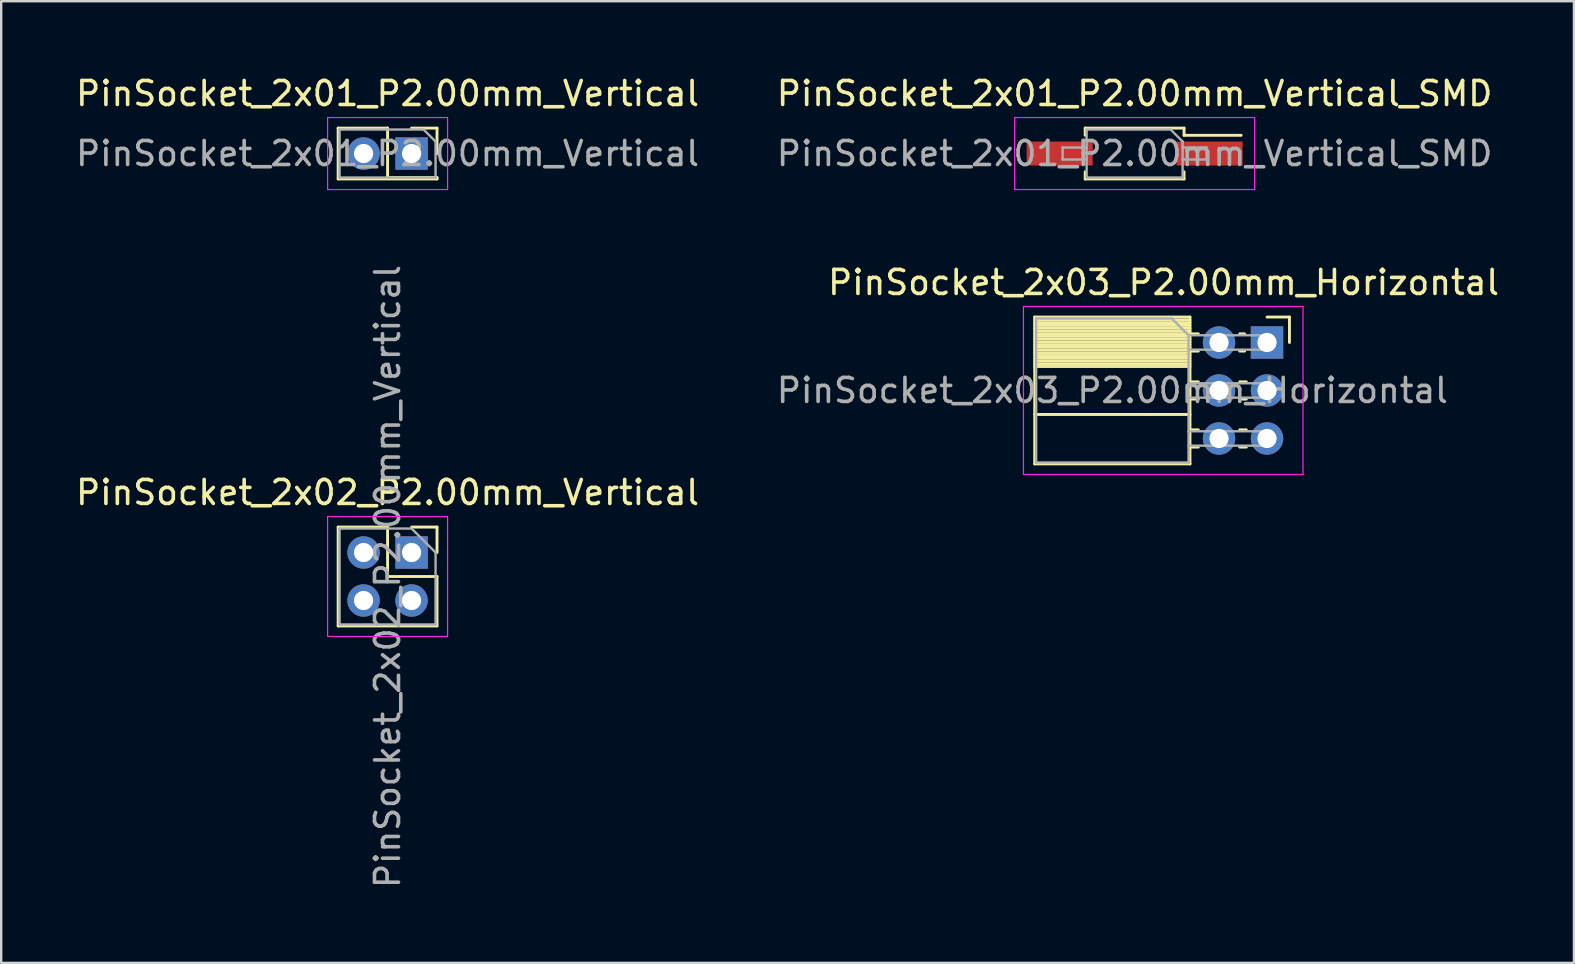
<source format=kicad_pcb>
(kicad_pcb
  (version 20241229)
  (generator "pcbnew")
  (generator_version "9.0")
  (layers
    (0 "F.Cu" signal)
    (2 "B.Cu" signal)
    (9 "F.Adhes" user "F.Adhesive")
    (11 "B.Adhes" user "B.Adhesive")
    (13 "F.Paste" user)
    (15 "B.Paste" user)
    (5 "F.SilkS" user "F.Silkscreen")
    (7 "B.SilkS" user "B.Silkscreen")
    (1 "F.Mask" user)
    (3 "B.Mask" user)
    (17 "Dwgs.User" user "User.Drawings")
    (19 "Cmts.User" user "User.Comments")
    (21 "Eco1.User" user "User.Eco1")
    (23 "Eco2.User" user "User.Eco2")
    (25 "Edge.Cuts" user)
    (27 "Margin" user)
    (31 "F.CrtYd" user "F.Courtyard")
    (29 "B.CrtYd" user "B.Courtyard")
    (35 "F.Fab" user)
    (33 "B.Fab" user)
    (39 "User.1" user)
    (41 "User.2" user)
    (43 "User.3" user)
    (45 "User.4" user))
  (footprint "PinSocket_2x02_P2.00mm_Vertical"
    (layer "F.Cu")
    (at 14.101 19.974)
    (property "Reference" "PinSocket_2x02_P2.00mm_Vertical" (at -1 -2.5 0) (layer "F.SilkS") (effects (font (size 1 1) (thickness 0.15))))
    (attr through_hole)
    (fp_line (start -3.06 -1.06) (end -3.06 3.06) (stroke (width 0.12) (type solid)) (layer "F.SilkS"))
    (fp_line (start -3.06 -1.06) (end -1 -1.06) (stroke (width 0.12) (type solid)) (layer "F.SilkS"))
    (fp_line (start -3.06 3.06) (end 1.06 3.06) (stroke (width 0.12) (type solid)) (layer "F.SilkS"))
    (fp_line (start -1 -1.06) (end -1 1) (stroke (width 0.12) (type solid)) (layer "F.SilkS"))
    (fp_line (start -1 1) (end 1.06 1) (stroke (width 0.12) (type solid)) (layer "F.SilkS"))
    (fp_line (start 0 -1.06) (end 1.06 -1.06) (stroke (width 0.12) (type solid)) (layer "F.SilkS"))
    (fp_line (start 1.06 -1.06) (end 1.06 0) (stroke (width 0.12) (type solid)) (layer "F.SilkS"))
    (fp_line (start 1.06 1) (end 1.06 3.06) (stroke (width 0.12) (type solid)) (layer "F.SilkS"))
    (fp_line (start -3.5 -1.5) (end 1.5 -1.5) (stroke (width 0.05) (type solid)) (layer "F.CrtYd"))
    (fp_line (start -3.5 3.5) (end -3.5 -1.5) (stroke (width 0.05) (type solid)) (layer "F.CrtYd"))
    (fp_line (start 1.5 -1.5) (end 1.5 3.5) (stroke (width 0.05) (type solid)) (layer "F.CrtYd"))
    (fp_line (start 1.5 3.5) (end -3.5 3.5) (stroke (width 0.05) (type solid)) (layer "F.CrtYd"))
    (fp_line (start -3 -1) (end 0 -1) (stroke (width 0.1) (type solid)) (layer "F.Fab"))
    (fp_line (start -3 3) (end -3 -1) (stroke (width 0.1) (type solid)) (layer "F.Fab"))
    (fp_line (start 0 -1) (end 1 0) (stroke (width 0.1) (type solid)) (layer "F.Fab"))
    (fp_line (start 1 0) (end 1 3) (stroke (width 0.1) (type solid)) (layer "F.Fab"))
    (fp_line (start 1 3) (end -3 3) (stroke (width 0.1) (type solid)) (layer "F.Fab"))
    (fp_text user "${REFERENCE}" (at -1 1 90) (layer "F.Fab") (effects (font (size 1 1) (thickness 0.15))))
    (pad "1" thru_hole rect (at 0 0) (size 1.35 1.35) (drill 0.8) (layers "*.Cu" "*.Mask"))
    (pad "2" thru_hole oval (at -2 0) (size 1.35 1.35) (drill 0.8) (layers "*.Cu" "*.Mask"))
    (pad "3" thru_hole oval (at 0 2) (size 1.35 1.35) (drill 0.8) (layers "*.Cu" "*.Mask"))
    (pad "4" thru_hole oval (at -2 2) (size 1.35 1.35) (drill 0.8) (layers "*.Cu" "*.Mask")))
  (footprint "PinSocket_2x01_P2.00mm_Vertical_SMD"
    (layer "F.Cu")
    (at 44.232 3.348)
    (property "Reference" "PinSocket_2x01_P2.00mm_Vertical_SMD" (at 0 -2.5 0) (layer "F.SilkS") (effects (font (size 1 1) (thickness 0.15))))
    (attr smd)
    (fp_line (start -2.06 -1.06) (end -2.06 -0.76) (stroke (width 0.12) (type solid)) (layer "F.SilkS"))
    (fp_line (start -2.06 -1.06) (end 2.06 -1.06) (stroke (width 0.12) (type solid)) (layer "F.SilkS"))
    (fp_line (start -2.06 0.76) (end -2.06 1.06) (stroke (width 0.12) (type solid)) (layer "F.SilkS"))
    (fp_line (start -2.06 1.06) (end 2.06 1.06) (stroke (width 0.12) (type solid)) (layer "F.SilkS"))
    (fp_line (start 2.06 -1.06) (end 2.06 -0.76) (stroke (width 0.12) (type solid)) (layer "F.SilkS"))
    (fp_line (start 2.06 -0.76) (end 4.44 -0.76) (stroke (width 0.12) (type solid)) (layer "F.SilkS"))
    (fp_line (start 2.06 0.76) (end 2.06 1.06) (stroke (width 0.12) (type solid)) (layer "F.SilkS"))
    (fp_line (start -5 -1.5) (end 5 -1.5) (stroke (width 0.05) (type solid)) (layer "F.CrtYd"))
    (fp_line (start -5 1.5) (end -5 -1.5) (stroke (width 0.05) (type solid)) (layer "F.CrtYd"))
    (fp_line (start 5 -1.5) (end 5 1.5) (stroke (width 0.05) (type solid)) (layer "F.CrtYd"))
    (fp_line (start 5 1.5) (end -5 1.5) (stroke (width 0.05) (type solid)) (layer "F.CrtYd"))
    (fp_line (start -3 -0.25) (end -2 -0.25) (stroke (width 0.1) (type solid)) (layer "F.Fab"))
    (fp_line (start -3 0.25) (end -3 -0.25) (stroke (width 0.1) (type solid)) (layer "F.Fab"))
    (fp_line (start -2 -1) (end 1.5 -1) (stroke (width 0.1) (type solid)) (layer "F.Fab"))
    (fp_line (start -2 0.25) (end -3 0.25) (stroke (width 0.1) (type solid)) (layer "F.Fab"))
    (fp_line (start -2 1) (end -2 -1) (stroke (width 0.1) (type solid)) (layer "F.Fab"))
    (fp_line (start 1.5 -1) (end 2 -0.5) (stroke (width 0.1) (type solid)) (layer "F.Fab"))
    (fp_line (start 2 -0.5) (end 2 1) (stroke (width 0.1) (type solid)) (layer "F.Fab"))
    (fp_line (start 2 -0.25) (end 3 -0.25) (stroke (width 0.1) (type solid)) (layer "F.Fab"))
    (fp_line (start 2 1) (end -2 1) (stroke (width 0.1) (type solid)) (layer "F.Fab"))
    (fp_line (start 3 -0.25) (end 3 0.25) (stroke (width 0.1) (type solid)) (layer "F.Fab"))
    (fp_line (start 3 0.25) (end 2 0.25) (stroke (width 0.1) (type solid)) (layer "F.Fab"))
    (fp_text user "${REFERENCE}" (at 0 0 0) (layer "F.Fab") (effects (font (size 1 1) (thickness 0.15))))
    (pad "1" smd rect (at 3.125 0) (size 2.75 1) (layers "F.Cu" "F.Mask" "F.Paste"))
    (pad "2" smd rect (at -3.125 0) (size 2.75 1) (layers "F.Cu" "F.Mask" "F.Paste")))
  (footprint "PinSocket_2x01_P2.00mm_Vertical"
    (layer "F.Cu")
    (at 14.101 3.348)
    (property "Reference" "PinSocket_2x01_P2.00mm_Vertical" (at -1 -2.5 0) (layer "F.SilkS") (effects (font (size 1 1) (thickness 0.15))))
    (attr through_hole)
    (fp_line (start -3.06 -1.06) (end -3.06 1.06) (stroke (width 0.12) (type solid)) (layer "F.SilkS"))
    (fp_line (start -3.06 -1.06) (end -1 -1.06) (stroke (width 0.12) (type solid)) (layer "F.SilkS"))
    (fp_line (start -3.06 1.06) (end 1.06 1.06) (stroke (width 0.12) (type solid)) (layer "F.SilkS"))
    (fp_line (start -1 -1.06) (end -1 1) (stroke (width 0.12) (type solid)) (layer "F.SilkS"))
    (fp_line (start -1 1) (end 1.06 1) (stroke (width 0.12) (type solid)) (layer "F.SilkS"))
    (fp_line (start 0 -1.06) (end 1.06 -1.06) (stroke (width 0.12) (type solid)) (layer "F.SilkS"))
    (fp_line (start 1.06 -1.06) (end 1.06 0) (stroke (width 0.12) (type solid)) (layer "F.SilkS"))
    (fp_line (start 1.06 1) (end 1.06 1.06) (stroke (width 0.12) (type solid)) (layer "F.SilkS"))
    (fp_line (start -3.5 -1.5) (end 1.5 -1.5) (stroke (width 0.05) (type solid)) (layer "F.CrtYd"))
    (fp_line (start -3.5 1.5) (end -3.5 -1.5) (stroke (width 0.05) (type solid)) (layer "F.CrtYd"))
    (fp_line (start 1.5 -1.5) (end 1.5 1.5) (stroke (width 0.05) (type solid)) (layer "F.CrtYd"))
    (fp_line (start 1.5 1.5) (end -3.5 1.5) (stroke (width 0.05) (type solid)) (layer "F.CrtYd"))
    (fp_line (start -3 -1) (end 0.5 -1) (stroke (width 0.1) (type solid)) (layer "F.Fab"))
    (fp_line (start -3 1) (end -3 -1) (stroke (width 0.1) (type solid)) (layer "F.Fab"))
    (fp_line (start 0.5 -1) (end 1 -0.5) (stroke (width 0.1) (type solid)) (layer "F.Fab"))
    (fp_line (start 1 -0.5) (end 1 1) (stroke (width 0.1) (type solid)) (layer "F.Fab"))
    (fp_line (start 1 1) (end -3 1) (stroke (width 0.1) (type solid)) (layer "F.Fab"))
    (fp_text user "${REFERENCE}" (at -1 0 0) (layer "F.Fab") (effects (font (size 1 1) (thickness 0.15))))
    (pad "1" thru_hole rect (at 0 0) (size 1.35 1.35) (drill 0.8) (layers "*.Cu" "*.Mask"))
    (pad "2" thru_hole oval (at -2 0) (size 1.35 1.35) (drill 0.8) (layers "*.Cu" "*.Mask")))
  (footprint "PinSocket_2x03_P2.00mm_Horizontal"
    (layer "F.Cu")
    (at 49.749 11.222)
    (property "Reference" "PinSocket_2x03_P2.00mm_Horizontal" (at -4.31 -2.5 0) (layer "F.SilkS") (effects (font (size 1 1) (thickness 0.15))))
    (attr through_hole)
    (fp_line (start -9.68 -1.06) (end -9.68 5.06) (stroke (width 0.12) (type solid)) (layer "F.SilkS"))
    (fp_line (start -9.68 -1.06) (end -3.21 -1.06) (stroke (width 0.12) (type solid)) (layer "F.SilkS"))
    (fp_line (start -9.68 -0.94) (end -3.21 -0.94) (stroke (width 0.12) (type solid)) (layer "F.SilkS"))
    (fp_line (start -9.68 -0.826) (end -3.21 -0.826) (stroke (width 0.12) (type solid)) (layer "F.SilkS"))
    (fp_line (start -9.68 -0.712) (end -3.21 -0.712) (stroke (width 0.12) (type solid)) (layer "F.SilkS"))
    (fp_line (start -9.68 -0.598) (end -3.21 -0.598) (stroke (width 0.12) (type solid)) (layer "F.SilkS"))
    (fp_line (start -9.68 -0.484) (end -3.21 -0.484) (stroke (width 0.12) (type solid)) (layer "F.SilkS"))
    (fp_line (start -9.68 -0.369) (end -3.21 -0.369) (stroke (width 0.12) (type solid)) (layer "F.SilkS"))
    (fp_line (start -9.68 -0.255) (end -3.21 -0.255) (stroke (width 0.12) (type solid)) (layer "F.SilkS"))
    (fp_line (start -9.68 -0.141) (end -3.21 -0.141) (stroke (width 0.12) (type solid)) (layer "F.SilkS"))
    (fp_line (start -9.68 -0.027) (end -3.21 -0.027) (stroke (width 0.12) (type solid)) (layer "F.SilkS"))
    (fp_line (start -9.68 0.087) (end -3.21 0.087) (stroke (width 0.12) (type solid)) (layer "F.SilkS"))
    (fp_line (start -9.68 0.201) (end -3.21 0.201) (stroke (width 0.12) (type solid)) (layer "F.SilkS"))
    (fp_line (start -9.68 0.315) (end -3.21 0.315) (stroke (width 0.12) (type solid)) (layer "F.SilkS"))
    (fp_line (start -9.68 0.429) (end -3.21 0.429) (stroke (width 0.12) (type solid)) (layer "F.SilkS"))
    (fp_line (start -9.68 0.544) (end -3.21 0.544) (stroke (width 0.12) (type solid)) (layer "F.SilkS"))
    (fp_line (start -9.68 0.658) (end -3.21 0.658) (stroke (width 0.12) (type solid)) (layer "F.SilkS"))
    (fp_line (start -9.68 0.772) (end -3.21 0.772) (stroke (width 0.12) (type solid)) (layer "F.SilkS"))
    (fp_line (start -9.68 0.886) (end -3.21 0.886) (stroke (width 0.12) (type solid)) (layer "F.SilkS"))
    (fp_line (start -9.68 1) (end -3.21 1) (stroke (width 0.12) (type solid)) (layer "F.SilkS"))
    (fp_line (start -9.68 3) (end -3.21 3) (stroke (width 0.12) (type solid)) (layer "F.SilkS"))
    (fp_line (start -9.68 5.06) (end -3.21 5.06) (stroke (width 0.12) (type solid)) (layer "F.SilkS"))
    (fp_line (start -3.21 -1.06) (end -3.21 5.06) (stroke (width 0.12) (type solid)) (layer "F.SilkS"))
    (fp_line (start -3.21 -0.36) (end -2.863 -0.36) (stroke (width 0.12) (type solid)) (layer "F.SilkS"))
    (fp_line (start -3.21 0.36) (end -2.863 0.36) (stroke (width 0.12) (type solid)) (layer "F.SilkS"))
    (fp_line (start -3.21 1.64) (end -2.863 1.64) (stroke (width 0.12) (type solid)) (layer "F.SilkS"))
    (fp_line (start -3.21 2.36) (end -2.863 2.36) (stroke (width 0.12) (type solid)) (layer "F.SilkS"))
    (fp_line (start -3.21 3.64) (end -2.863 3.64) (stroke (width 0.12) (type solid)) (layer "F.SilkS"))
    (fp_line (start -3.21 4.36) (end -2.863 4.36) (stroke (width 0.12) (type solid)) (layer "F.SilkS"))
    (fp_line (start -1.137 -0.36) (end -0.935 -0.36) (stroke (width 0.12) (type solid)) (layer "F.SilkS"))
    (fp_line (start -1.137 0.36) (end -0.935 0.36) (stroke (width 0.12) (type solid)) (layer "F.SilkS"))
    (fp_line (start -1.137 1.64) (end -0.863 1.64) (stroke (width 0.12) (type solid)) (layer "F.SilkS"))
    (fp_line (start -1.137 2.36) (end -0.863 2.36) (stroke (width 0.12) (type solid)) (layer "F.SilkS"))
    (fp_line (start -1.137 3.64) (end -0.863 3.64) (stroke (width 0.12) (type solid)) (layer "F.SilkS"))
    (fp_line (start -1.137 4.36) (end -0.863 4.36) (stroke (width 0.12) (type solid)) (layer "F.SilkS"))
    (fp_line (start 0 -1.06) (end 0.935 -1.06) (stroke (width 0.12) (type solid)) (layer "F.SilkS"))
    (fp_line (start 0.935 -1.06) (end 0.935 0) (stroke (width 0.12) (type solid)) (layer "F.SilkS"))
    (fp_line (start -10.15 -1.5) (end -10.15 5.5) (stroke (width 0.05) (type solid)) (layer "F.CrtYd"))
    (fp_line (start -10.15 5.5) (end 1.5 5.5) (stroke (width 0.05) (type solid)) (layer "F.CrtYd"))
    (fp_line (start 1.5 -1.5) (end -10.15 -1.5) (stroke (width 0.05) (type solid)) (layer "F.CrtYd"))
    (fp_line (start 1.5 5.5) (end 1.5 -1.5) (stroke (width 0.05) (type solid)) (layer "F.CrtYd"))
    (fp_line (start -9.62 -1) (end -3.97 -1) (stroke (width 0.1) (type solid)) (layer "F.Fab"))
    (fp_line (start -9.62 5) (end -9.62 -1) (stroke (width 0.1) (type solid)) (layer "F.Fab"))
    (fp_line (start -3.97 -1) (end -3.27 -0.3) (stroke (width 0.1) (type solid)) (layer "F.Fab"))
    (fp_line (start -3.27 -0.3) (end -3.27 5) (stroke (width 0.1) (type solid)) (layer "F.Fab"))
    (fp_line (start -3.27 0.3) (end 0 0.3) (stroke (width 0.1) (type solid)) (layer "F.Fab"))
    (fp_line (start -3.27 2.3) (end 0 2.3) (stroke (width 0.1) (type solid)) (layer "F.Fab"))
    (fp_line (start -3.27 4.3) (end 0 4.3) (stroke (width 0.1) (type solid)) (layer "F.Fab"))
    (fp_line (start -3.27 5) (end -9.62 5) (stroke (width 0.1) (type solid)) (layer "F.Fab"))
    (fp_line (start 0 -0.3) (end -3.27 -0.3) (stroke (width 0.1) (type solid)) (layer "F.Fab"))
    (fp_line (start 0 0.3) (end 0 -0.3) (stroke (width 0.1) (type solid)) (layer "F.Fab"))
    (fp_line (start 0 1.7) (end -3.27 1.7) (stroke (width 0.1) (type solid)) (layer "F.Fab"))
    (fp_line (start 0 2.3) (end 0 1.7) (stroke (width 0.1) (type solid)) (layer "F.Fab"))
    (fp_line (start 0 3.7) (end -3.27 3.7) (stroke (width 0.1) (type solid)) (layer "F.Fab"))
    (fp_line (start 0 4.3) (end 0 3.7) (stroke (width 0.1) (type solid)) (layer "F.Fab"))
    (fp_text user "${REFERENCE}" (at -6.445 2 0) (layer "F.Fab") (effects (font (size 1 1) (thickness 0.15))))
    (pad "1" thru_hole rect (at 0 0) (size 1.35 1.35) (drill 0.8) (layers "*.Cu" "*.Mask"))
    (pad "2" thru_hole oval (at -2 0) (size 1.35 1.35) (drill 0.8) (layers "*.Cu" "*.Mask"))
    (pad "3" thru_hole oval (at 0 2) (size 1.35 1.35) (drill 0.8) (layers "*.Cu" "*.Mask"))
    (pad "4" thru_hole oval (at -2 2) (size 1.35 1.35) (drill 0.8) (layers "*.Cu" "*.Mask"))
    (pad "5" thru_hole oval (at 0 4) (size 1.35 1.35) (drill 0.8) (layers "*.Cu" "*.Mask"))
    (pad "6" thru_hole oval (at -2 4) (size 1.35 1.35) (drill 0.8) (layers "*.Cu" "*.Mask")))
  (gr_rect
    (start -3 -3)
    (end 62.54 37.076)
    (stroke (width 0.1) (type default))
    (fill no)
    (layer "Edge.Cuts")))
</source>
